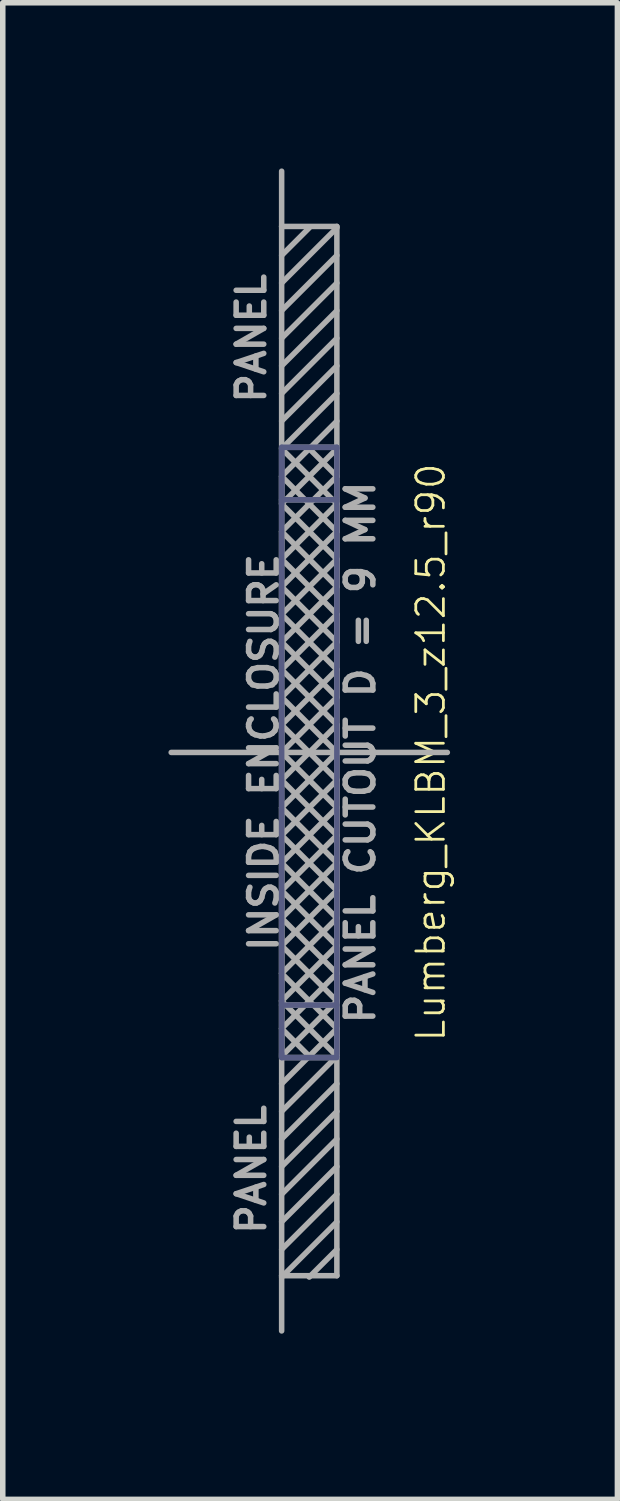
<source format=kicad_pcb>
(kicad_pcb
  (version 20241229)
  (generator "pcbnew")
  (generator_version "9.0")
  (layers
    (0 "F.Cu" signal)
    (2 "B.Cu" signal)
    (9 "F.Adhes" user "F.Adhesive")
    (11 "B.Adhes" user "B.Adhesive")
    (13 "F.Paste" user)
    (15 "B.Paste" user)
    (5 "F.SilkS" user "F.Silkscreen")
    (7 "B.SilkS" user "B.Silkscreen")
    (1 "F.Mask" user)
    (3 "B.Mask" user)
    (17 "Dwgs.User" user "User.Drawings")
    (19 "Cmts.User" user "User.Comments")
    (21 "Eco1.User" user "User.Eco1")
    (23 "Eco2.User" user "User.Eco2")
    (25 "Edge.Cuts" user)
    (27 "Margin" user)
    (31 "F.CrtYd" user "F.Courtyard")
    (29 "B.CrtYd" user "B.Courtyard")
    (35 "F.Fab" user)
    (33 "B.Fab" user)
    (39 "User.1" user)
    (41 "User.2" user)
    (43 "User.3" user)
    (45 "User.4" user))
  (footprint "Lumberg_KLBM_3_z12.5_r90"
    (layer "F.Cu")
    (at 2.05 10.575)
    (property "Reference" "Lumberg_KLBM_3_z12.5_r90" (at 2.7 0 90) (layer "F.SilkS") (effects (font (size 0.5 0.5) (thickness 0.05))))
    (attr through_hole)
    (fp_line (start 0 -5.525) (end 0 -5.5) (stroke (width 0.1) (type solid)) (layer "B.Fab"))
    (fp_line (start 0 -5.5) (end 0 -4.5) (stroke (width 0.1) (type solid)) (layer "B.Fab"))
    (fp_line (start 0 -4.575) (end 1 -4.575) (stroke (width 0.1) (type solid)) (layer "B.Fab"))
    (fp_line (start 0 4.5) (end 0 -5.5) (stroke (width 0.1) (type solid)) (layer "B.Fab"))
    (fp_line (start 0 4.575) (end 1 4.575) (stroke (width 0.1) (type solid)) (layer "B.Fab"))
    (fp_line (start 0 5.5) (end 0 4.5) (stroke (width 0.1) (type solid)) (layer "B.Fab"))
    (fp_line (start 0 5.525) (end 0 5.45) (stroke (width 0.1) (type solid)) (layer "B.Fab"))
    (fp_line (start 1 -5.525) (end 0 -5.525) (stroke (width 0.1) (type solid)) (layer "B.Fab"))
    (fp_line (start 1 -5.5) (end 1 -5.525) (stroke (width 0.1) (type solid)) (layer "B.Fab"))
    (fp_line (start 1 -5.5) (end 1 5.5) (stroke (width 0.1) (type solid)) (layer "B.Fab"))
    (fp_line (start 1 5.525) (end 0 5.525) (stroke (width 0.1) (type solid)) (layer "B.Fab"))
    (fp_line (start -2 0) (end 3 0) (stroke (width 0.1) (type solid)) (layer "F.Fab"))
    (fp_line (start 0 -9.525) (end 0 -10.525) (stroke (width 0.1) (type solid)) (layer "F.Fab"))
    (fp_line (start 0 -9.525) (end 1 -9.525) (stroke (width 0.1) (type solid)) (layer "F.Fab"))
    (fp_line (start 0 -9) (end 0.5 -9.5) (stroke (width 0.1) (type solid)) (layer "F.Fab"))
    (fp_line (start 0 -6.5) (end 1 -7.5) (stroke (width 0.1) (type solid)) (layer "F.Fab"))
    (fp_line (start 0 -5.525) (end 1 -5.525) (stroke (width 0.1) (type solid)) (layer "F.Fab"))
    (fp_line (start 0 -5.5) (end 1 -6.5) (stroke (width 0.1) (type solid)) (layer "F.Fab"))
    (fp_line (start 0 -5.5) (end 1 -4.5) (stroke (width 0.1) (type solid)) (layer "F.Fab"))
    (fp_line (start 0 -5) (end 0.5 -5.5) (stroke (width 0.1) (type solid)) (layer "F.Fab"))
    (fp_line (start 0 -5) (end 1 -4) (stroke (width 0.1) (type solid)) (layer "F.Fab"))
    (fp_line (start 0 -4.575) (end 1 -4.575) (stroke (width 0.1) (type solid)) (layer "F.Fab"))
    (fp_line (start 0 -4.5) (end 0 -5) (stroke (width 0.1) (type solid)) (layer "F.Fab"))
    (fp_line (start 0 -4.5) (end 1 -3.5) (stroke (width 0.1) (type solid)) (layer "F.Fab"))
    (fp_line (start 0 -4) (end 1 -5) (stroke (width 0.1) (type solid)) (layer "F.Fab"))
    (fp_line (start 0 -4) (end 1 -3) (stroke (width 0.1) (type solid)) (layer "F.Fab"))
    (fp_line (start 0 -3.5) (end 0 -4) (stroke (width 0.1) (type solid)) (layer "F.Fab"))
    (fp_line (start 0 -3.5) (end 1 -2.5) (stroke (width 0.1) (type solid)) (layer "F.Fab"))
    (fp_line (start 0 -3) (end 1 -4) (stroke (width 0.1) (type solid)) (layer "F.Fab"))
    (fp_line (start 0 -3) (end 1 -2) (stroke (width 0.1) (type solid)) (layer "F.Fab"))
    (fp_line (start 0 -2.5) (end 0 -3) (stroke (width 0.1) (type solid)) (layer "F.Fab"))
    (fp_line (start 0 -2) (end 1 -3) (stroke (width 0.1) (type solid)) (layer "F.Fab"))
    (fp_line (start 0 -2) (end 1 -1) (stroke (width 0.1) (type solid)) (layer "F.Fab"))
    (fp_line (start 0 -1.5) (end 0 -2) (stroke (width 0.1) (type solid)) (layer "F.Fab"))
    (fp_line (start 0 -1.5) (end 1 -0.5) (stroke (width 0.1) (type solid)) (layer "F.Fab"))
    (fp_line (start 0 -1) (end 1 -2) (stroke (width 0.1) (type solid)) (layer "F.Fab"))
    (fp_line (start 0 -0.5) (end 0 -1) (stroke (width 0.1) (type solid)) (layer "F.Fab"))
    (fp_line (start 0 -0.5) (end 0 0) (stroke (width 0.1) (type solid)) (layer "F.Fab"))
    (fp_line (start 0 0) (end 1 -1) (stroke (width 0.1) (type solid)) (layer "F.Fab"))
    (fp_line (start 0 0) (end 1 1) (stroke (width 0.1) (type solid)) (layer "F.Fab"))
    (fp_line (start 0 0.5) (end 0 0) (stroke (width 0.1) (type solid)) (layer "F.Fab"))
    (fp_line (start 0 1) (end 1 0) (stroke (width 0.1) (type solid)) (layer "F.Fab"))
    (fp_line (start 0 1) (end 1 2) (stroke (width 0.1) (type solid)) (layer "F.Fab"))
    (fp_line (start 0 1.5) (end 0 1) (stroke (width 0.1) (type solid)) (layer "F.Fab"))
    (fp_line (start 0 1.5) (end 0 2) (stroke (width 0.1) (type solid)) (layer "F.Fab"))
    (fp_line (start 0 2) (end 1 1) (stroke (width 0.1) (type solid)) (layer "F.Fab"))
    (fp_line (start 0 2) (end 1 3) (stroke (width 0.1) (type solid)) (layer "F.Fab"))
    (fp_line (start 0 2.5) (end 0 2) (stroke (width 0.1) (type solid)) (layer "F.Fab"))
    (fp_line (start 0 2.5) (end 0 3) (stroke (width 0.1) (type solid)) (layer "F.Fab"))
    (fp_line (start 0 3) (end 1 2) (stroke (width 0.1) (type solid)) (layer "F.Fab"))
    (fp_line (start 0 3) (end 1 4) (stroke (width 0.1) (type solid)) (layer "F.Fab"))
    (fp_line (start 0 3.5) (end 0 3) (stroke (width 0.1) (type solid)) (layer "F.Fab"))
    (fp_line (start 0 3.5) (end 0 4) (stroke (width 0.1) (type solid)) (layer "F.Fab"))
    (fp_line (start 0 4) (end 1 3) (stroke (width 0.1) (type solid)) (layer "F.Fab"))
    (fp_line (start 0 4) (end 1 5) (stroke (width 0.1) (type solid)) (layer "F.Fab"))
    (fp_line (start 0 4.5) (end 0 4) (stroke (width 0.1) (type solid)) (layer "F.Fab"))
    (fp_line (start 0 4.5) (end 0 5) (stroke (width 0.1) (type solid)) (layer "F.Fab"))
    (fp_line (start 0 4.575) (end 1 4.575) (stroke (width 0.1) (type solid)) (layer "F.Fab"))
    (fp_line (start 0 5) (end 0.5 5.5) (stroke (width 0.1) (type solid)) (layer "F.Fab"))
    (fp_line (start 0 5) (end 1 4) (stroke (width 0.1) (type solid)) (layer "F.Fab"))
    (fp_line (start 0 5.5) (end 0 5) (stroke (width 0.1) (type solid)) (layer "F.Fab"))
    (fp_line (start 0 5.525) (end 1 5.525) (stroke (width 0.1) (type solid)) (layer "F.Fab"))
    (fp_line (start 0 7) (end 1 6) (stroke (width 0.1) (type solid)) (layer "F.Fab"))
    (fp_line (start 0 8) (end 1 7) (stroke (width 0.1) (type solid)) (layer "F.Fab"))
    (fp_line (start 0 9) (end 1 8) (stroke (width 0.1) (type solid)) (layer "F.Fab"))
    (fp_line (start 0 9.475) (end 0 -9.525) (stroke (width 0.1) (type solid)) (layer "F.Fab"))
    (fp_line (start 0 9.475) (end 0 10.475) (stroke (width 0.1) (type solid)) (layer "F.Fab"))
    (fp_line (start 0.5 -5.5) (end 1 -5) (stroke (width 0.1) (type solid)) (layer "F.Fab"))
    (fp_line (start 0.5 5.5) (end 0 6) (stroke (width 0.1) (type solid)) (layer "F.Fab"))
    (fp_line (start 0.5 5.5) (end 1 5) (stroke (width 0.1) (type solid)) (layer "F.Fab"))
    (fp_line (start 0.5 9.5) (end 1 9) (stroke (width 0.1) (type solid)) (layer "F.Fab"))
    (fp_line (start 1 -9.525) (end 1 9.475) (stroke (width 0.1) (type solid)) (layer "F.Fab"))
    (fp_line (start 1 -9.5) (end 0 -8.5) (stroke (width 0.1) (type solid)) (layer "F.Fab"))
    (fp_line (start 1 -9) (end 0 -8) (stroke (width 0.1) (type solid)) (layer "F.Fab"))
    (fp_line (start 1 -8.5) (end 0 -7.5) (stroke (width 0.1) (type solid)) (layer "F.Fab"))
    (fp_line (start 1 -8) (end 0 -7) (stroke (width 0.1) (type solid)) (layer "F.Fab"))
    (fp_line (start 1 -7) (end 0 -6) (stroke (width 0.1) (type solid)) (layer "F.Fab"))
    (fp_line (start 1 -6) (end 0.5 -5.5) (stroke (width 0.1) (type solid)) (layer "F.Fab"))
    (fp_line (start 1 -5.5) (end 0 -4.5) (stroke (width 0.1) (type solid)) (layer "F.Fab"))
    (fp_line (start 1 -5) (end 1 -5.5) (stroke (width 0.1) (type solid)) (layer "F.Fab"))
    (fp_line (start 1 -4.5) (end 0 -3.5) (stroke (width 0.1) (type solid)) (layer "F.Fab"))
    (fp_line (start 1 -4) (end 1 -4.5) (stroke (width 0.1) (type solid)) (layer "F.Fab"))
    (fp_line (start 1 -3.5) (end 0 -2.5) (stroke (width 0.1) (type solid)) (layer "F.Fab"))
    (fp_line (start 1 -3) (end 1 -3.5) (stroke (width 0.1) (type solid)) (layer "F.Fab"))
    (fp_line (start 1 -2.5) (end 0 -1.5) (stroke (width 0.1) (type solid)) (layer "F.Fab"))
    (fp_line (start 1 -2) (end 1 -2.5) (stroke (width 0.1) (type solid)) (layer "F.Fab"))
    (fp_line (start 1 -1.5) (end 0 -2.5) (stroke (width 0.1) (type solid)) (layer "F.Fab"))
    (fp_line (start 1 -1.5) (end 0 -0.5) (stroke (width 0.1) (type solid)) (layer "F.Fab"))
    (fp_line (start 1 -1) (end 1 -1.5) (stroke (width 0.1) (type solid)) (layer "F.Fab"))
    (fp_line (start 1 -0.5) (end 0 0.5) (stroke (width 0.1) (type solid)) (layer "F.Fab"))
    (fp_line (start 1 -0.5) (end 1 0) (stroke (width 0.1) (type solid)) (layer "F.Fab"))
    (fp_line (start 1 0) (end 0 -1) (stroke (width 0.1) (type solid)) (layer "F.Fab"))
    (fp_line (start 1 0) (end 1 -0.5) (stroke (width 0.1) (type solid)) (layer "F.Fab"))
    (fp_line (start 1 0.5) (end 0 -0.5) (stroke (width 0.1) (type solid)) (layer "F.Fab"))
    (fp_line (start 1 0.5) (end 0 1.5) (stroke (width 0.1) (type solid)) (layer "F.Fab"))
    (fp_line (start 1 1) (end 1 0.5) (stroke (width 0.1) (type solid)) (layer "F.Fab"))
    (fp_line (start 1 1) (end 1 1.5) (stroke (width 0.1) (type solid)) (layer "F.Fab"))
    (fp_line (start 1 1.5) (end 0 0.5) (stroke (width 0.1) (type solid)) (layer "F.Fab"))
    (fp_line (start 1 1.5) (end 0 2.5) (stroke (width 0.1) (type solid)) (layer "F.Fab"))
    (fp_line (start 1 2) (end 1 1.5) (stroke (width 0.1) (type solid)) (layer "F.Fab"))
    (fp_line (start 1 2) (end 1 2.5) (stroke (width 0.1) (type solid)) (layer "F.Fab"))
    (fp_line (start 1 2.5) (end 0 1.5) (stroke (width 0.1) (type solid)) (layer "F.Fab"))
    (fp_line (start 1 2.5) (end 0 3.5) (stroke (width 0.1) (type solid)) (layer "F.Fab"))
    (fp_line (start 1 3) (end 1 2.5) (stroke (width 0.1) (type solid)) (layer "F.Fab"))
    (fp_line (start 1 3) (end 1 3.5) (stroke (width 0.1) (type solid)) (layer "F.Fab"))
    (fp_line (start 1 3.5) (end 0 2.5) (stroke (width 0.1) (type solid)) (layer "F.Fab"))
    (fp_line (start 1 3.5) (end 0 4.5) (stroke (width 0.1) (type solid)) (layer "F.Fab"))
    (fp_line (start 1 4) (end 1 3.5) (stroke (width 0.1) (type solid)) (layer "F.Fab"))
    (fp_line (start 1 4) (end 1 4.5) (stroke (width 0.1) (type solid)) (layer "F.Fab"))
    (fp_line (start 1 4.5) (end 0 3.5) (stroke (width 0.1) (type solid)) (layer "F.Fab"))
    (fp_line (start 1 4.5) (end 0 5.5) (stroke (width 0.1) (type solid)) (layer "F.Fab"))
    (fp_line (start 1 5) (end 1 4.5) (stroke (width 0.1) (type solid)) (layer "F.Fab"))
    (fp_line (start 1 5) (end 1 5.5) (stroke (width 0.1) (type solid)) (layer "F.Fab"))
    (fp_line (start 1 5.5) (end 0 4.5) (stroke (width 0.1) (type solid)) (layer "F.Fab"))
    (fp_line (start 1 5.5) (end 0 6.5) (stroke (width 0.1) (type solid)) (layer "F.Fab"))
    (fp_line (start 1 6.5) (end 0 7.5) (stroke (width 0.1) (type solid)) (layer "F.Fab"))
    (fp_line (start 1 7.5) (end 0 8.5) (stroke (width 0.1) (type solid)) (layer "F.Fab"))
    (fp_line (start 1 8.5) (end 0 9.5) (stroke (width 0.1) (type solid)) (layer "F.Fab"))
    (fp_line (start 1 9.475) (end 0 9.475) (stroke (width 0.1) (type solid)) (layer "F.Fab"))
    (fp_text user "PANEL" (at -0.55 -7.5 90) (layer "F.Fab") (effects (font (size 0.5 0.5) (thickness 0.1))))
    (fp_text user "INSIDE ENCLOSURE" (at -0.325 0 90) (layer "F.Fab") (effects (font (size 0.5 0.5) (thickness 0.1))))
    (fp_text user "PANEL" (at -0.55 7.55 90) (layer "F.Fab") (effects (font (size 0.5 0.5) (thickness 0.1))))
    (fp_text user "PANEL CUTOUT D = 9 MM" (at 1.425 0 90) (layer "F.Fab") (effects (font (size 0.5 0.5) (thickness 0.1)))))
  (gr_rect
    (start -3 -3)
    (end 8.13 24.1)
    (stroke (width 0.1) (type default))
    (fill no)
    (layer "Edge.Cuts")))
</source>
